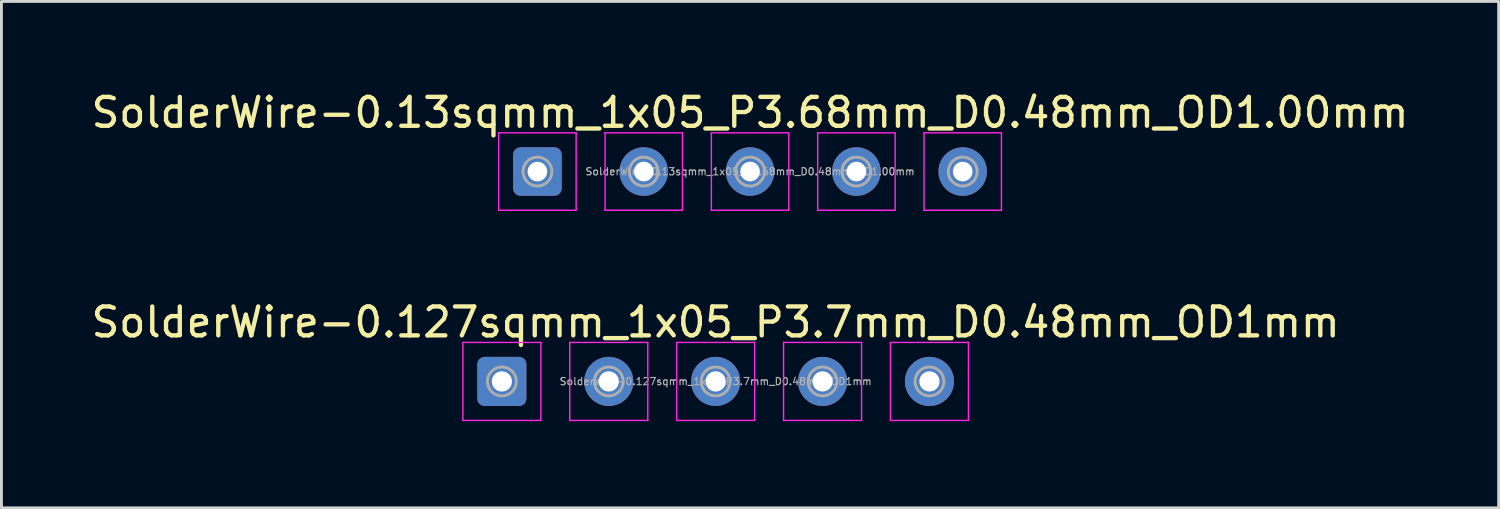
<source format=kicad_pcb>
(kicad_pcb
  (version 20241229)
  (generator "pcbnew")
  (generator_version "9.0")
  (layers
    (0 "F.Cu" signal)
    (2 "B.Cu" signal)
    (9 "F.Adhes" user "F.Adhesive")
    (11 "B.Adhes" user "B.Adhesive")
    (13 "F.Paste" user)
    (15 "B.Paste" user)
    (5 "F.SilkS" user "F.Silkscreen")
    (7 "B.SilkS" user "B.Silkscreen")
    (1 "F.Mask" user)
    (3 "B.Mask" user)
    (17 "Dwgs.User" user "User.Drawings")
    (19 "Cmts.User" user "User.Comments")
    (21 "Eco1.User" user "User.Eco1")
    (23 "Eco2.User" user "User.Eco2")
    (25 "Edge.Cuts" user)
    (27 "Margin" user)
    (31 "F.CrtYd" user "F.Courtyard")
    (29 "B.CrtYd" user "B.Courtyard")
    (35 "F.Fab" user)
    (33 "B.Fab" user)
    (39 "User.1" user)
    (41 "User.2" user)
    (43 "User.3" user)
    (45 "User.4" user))
  (footprint "SolderWire-0.127sqmm_1x05_P3.7mm_D0.48mm_OD1mm"
    (layer "F.Cu")
    (at 14.32 10.152)
    (property "Reference" "SolderWire-0.127sqmm_1x05_P3.7mm_D0.48mm_OD1mm" (at 7.4 -2.05 0) (layer "F.SilkS") (effects (font (size 1 1) (thickness 0.15))))
    (attr exclude_from_pos_files exclude_from_bom)
    (fp_line (start -1.35 -1.35) (end -1.35 1.35) (stroke (width 0.05) (type solid)) (layer "F.CrtYd"))
    (fp_line (start -1.35 1.35) (end 1.35 1.35) (stroke (width 0.05) (type solid)) (layer "F.CrtYd"))
    (fp_line (start 1.35 -1.35) (end -1.35 -1.35) (stroke (width 0.05) (type solid)) (layer "F.CrtYd"))
    (fp_line (start 1.35 1.35) (end 1.35 -1.35) (stroke (width 0.05) (type solid)) (layer "F.CrtYd"))
    (fp_line (start 2.35 -1.35) (end 2.35 1.35) (stroke (width 0.05) (type solid)) (layer "F.CrtYd"))
    (fp_line (start 2.35 1.35) (end 5.05 1.35) (stroke (width 0.05) (type solid)) (layer "F.CrtYd"))
    (fp_line (start 5.05 -1.35) (end 2.35 -1.35) (stroke (width 0.05) (type solid)) (layer "F.CrtYd"))
    (fp_line (start 5.05 1.35) (end 5.05 -1.35) (stroke (width 0.05) (type solid)) (layer "F.CrtYd"))
    (fp_line (start 6.05 -1.35) (end 6.05 1.35) (stroke (width 0.05) (type solid)) (layer "F.CrtYd"))
    (fp_line (start 6.05 1.35) (end 8.75 1.35) (stroke (width 0.05) (type solid)) (layer "F.CrtYd"))
    (fp_line (start 8.75 -1.35) (end 6.05 -1.35) (stroke (width 0.05) (type solid)) (layer "F.CrtYd"))
    (fp_line (start 8.75 1.35) (end 8.75 -1.35) (stroke (width 0.05) (type solid)) (layer "F.CrtYd"))
    (fp_line (start 9.75 -1.35) (end 9.75 1.35) (stroke (width 0.05) (type solid)) (layer "F.CrtYd"))
    (fp_line (start 9.75 1.35) (end 12.45 1.35) (stroke (width 0.05) (type solid)) (layer "F.CrtYd"))
    (fp_line (start 12.45 -1.35) (end 9.75 -1.35) (stroke (width 0.05) (type solid)) (layer "F.CrtYd"))
    (fp_line (start 12.45 1.35) (end 12.45 -1.35) (stroke (width 0.05) (type solid)) (layer "F.CrtYd"))
    (fp_line (start 13.45 -1.35) (end 13.45 1.35) (stroke (width 0.05) (type solid)) (layer "F.CrtYd"))
    (fp_line (start 13.45 1.35) (end 16.15 1.35) (stroke (width 0.05) (type solid)) (layer "F.CrtYd"))
    (fp_line (start 16.15 -1.35) (end 13.45 -1.35) (stroke (width 0.05) (type solid)) (layer "F.CrtYd"))
    (fp_line (start 16.15 1.35) (end 16.15 -1.35) (stroke (width 0.05) (type solid)) (layer "F.CrtYd"))
    (fp_circle (center 0 0) (end 0.5 0) (stroke (width 0.1) (type solid)) (fill no) (layer "F.Fab"))
    (fp_circle (center 3.7 0) (end 4.2 0) (stroke (width 0.1) (type solid)) (fill no) (layer "F.Fab"))
    (fp_circle (center 7.4 0) (end 7.9 0) (stroke (width 0.1) (type solid)) (fill no) (layer "F.Fab"))
    (fp_circle (center 11.1 0) (end 11.6 0) (stroke (width 0.1) (type solid)) (fill no) (layer "F.Fab"))
    (fp_circle (center 14.8 0) (end 15.3 0) (stroke (width 0.1) (type solid)) (fill no) (layer "F.Fab"))
    (fp_text user "${REFERENCE}" (at 7.4 0 0) (layer "F.Fab") (effects (font (size 0.25 0.25) (thickness 0.04))))
    (pad "1" thru_hole roundrect (at 0 0) (size 1.7 1.7) (drill 0.7) (layers "*.Cu" "*.Mask") (roundrect_rratio 0.147))
    (pad "2" thru_hole circle (at 3.7 0) (size 1.7 1.7) (drill 0.7) (layers "*.Cu" "*.Mask"))
    (pad "3" thru_hole circle (at 7.4 0) (size 1.7 1.7) (drill 0.7) (layers "*.Cu" "*.Mask"))
    (pad "4" thru_hole circle (at 11.1 0) (size 1.7 1.7) (drill 0.7) (layers "*.Cu" "*.Mask"))
    (pad "5" thru_hole circle (at 14.8 0) (size 1.7 1.7) (drill 0.7) (layers "*.Cu" "*.Mask")))
  (footprint "SolderWire-0.13sqmm_1x05_P3.68mm_D0.48mm_OD1.00mm"
    (layer "F.Cu")
    (at 15.551 2.888)
    (property "Reference" "SolderWire-0.13sqmm_1x05_P3.68mm_D0.48mm_OD1.00mm" (at 7.36 -2.04 0) (layer "F.SilkS") (effects (font (size 1 1) (thickness 0.15))))
    (attr exclude_from_pos_files exclude_from_bom)
    (fp_line (start -1.34 -1.34) (end -1.34 1.34) (stroke (width 0.05) (type solid)) (layer "F.CrtYd"))
    (fp_line (start -1.34 1.34) (end 1.34 1.34) (stroke (width 0.05) (type solid)) (layer "F.CrtYd"))
    (fp_line (start 1.34 -1.34) (end -1.34 -1.34) (stroke (width 0.05) (type solid)) (layer "F.CrtYd"))
    (fp_line (start 1.34 1.34) (end 1.34 -1.34) (stroke (width 0.05) (type solid)) (layer "F.CrtYd"))
    (fp_line (start 2.34 -1.34) (end 2.34 1.34) (stroke (width 0.05) (type solid)) (layer "F.CrtYd"))
    (fp_line (start 2.34 1.34) (end 5.02 1.34) (stroke (width 0.05) (type solid)) (layer "F.CrtYd"))
    (fp_line (start 5.02 -1.34) (end 2.34 -1.34) (stroke (width 0.05) (type solid)) (layer "F.CrtYd"))
    (fp_line (start 5.02 1.34) (end 5.02 -1.34) (stroke (width 0.05) (type solid)) (layer "F.CrtYd"))
    (fp_line (start 6.02 -1.34) (end 6.02 1.34) (stroke (width 0.05) (type solid)) (layer "F.CrtYd"))
    (fp_line (start 6.02 1.34) (end 8.7 1.34) (stroke (width 0.05) (type solid)) (layer "F.CrtYd"))
    (fp_line (start 8.7 -1.34) (end 6.02 -1.34) (stroke (width 0.05) (type solid)) (layer "F.CrtYd"))
    (fp_line (start 8.7 1.34) (end 8.7 -1.34) (stroke (width 0.05) (type solid)) (layer "F.CrtYd"))
    (fp_line (start 9.7 -1.34) (end 9.7 1.34) (stroke (width 0.05) (type solid)) (layer "F.CrtYd"))
    (fp_line (start 9.7 1.34) (end 12.38 1.34) (stroke (width 0.05) (type solid)) (layer "F.CrtYd"))
    (fp_line (start 12.38 -1.34) (end 9.7 -1.34) (stroke (width 0.05) (type solid)) (layer "F.CrtYd"))
    (fp_line (start 12.38 1.34) (end 12.38 -1.34) (stroke (width 0.05) (type solid)) (layer "F.CrtYd"))
    (fp_line (start 13.38 -1.34) (end 13.38 1.34) (stroke (width 0.05) (type solid)) (layer "F.CrtYd"))
    (fp_line (start 13.38 1.34) (end 16.06 1.34) (stroke (width 0.05) (type solid)) (layer "F.CrtYd"))
    (fp_line (start 16.06 -1.34) (end 13.38 -1.34) (stroke (width 0.05) (type solid)) (layer "F.CrtYd"))
    (fp_line (start 16.06 1.34) (end 16.06 -1.34) (stroke (width 0.05) (type solid)) (layer "F.CrtYd"))
    (fp_circle (center 0 0) (end 0.5 0) (stroke (width 0.1) (type solid)) (fill no) (layer "F.Fab"))
    (fp_circle (center 3.68 0) (end 4.18 0) (stroke (width 0.1) (type solid)) (fill no) (layer "F.Fab"))
    (fp_circle (center 7.36 0) (end 7.86 0) (stroke (width 0.1) (type solid)) (fill no) (layer "F.Fab"))
    (fp_circle (center 11.04 0) (end 11.54 0) (stroke (width 0.1) (type solid)) (fill no) (layer "F.Fab"))
    (fp_circle (center 14.72 0) (end 15.22 0) (stroke (width 0.1) (type solid)) (fill no) (layer "F.Fab"))
    (fp_text user "${REFERENCE}" (at 7.36 0 0) (layer "F.Fab") (effects (font (size 0.25 0.25) (thickness 0.04))))
    (pad "1" thru_hole roundrect (at 0 0) (size 1.68 1.68) (drill 0.68) (layers "*.Cu" "*.Mask") (roundrect_rratio 0.149))
    (pad "2" thru_hole circle (at 3.68 0) (size 1.68 1.68) (drill 0.68) (layers "*.Cu" "*.Mask"))
    (pad "3" thru_hole circle (at 7.36 0) (size 1.68 1.68) (drill 0.68) (layers "*.Cu" "*.Mask"))
    (pad "4" thru_hole circle (at 11.04 0) (size 1.68 1.68) (drill 0.68) (layers "*.Cu" "*.Mask"))
    (pad "5" thru_hole circle (at 14.72 0) (size 1.68 1.68) (drill 0.68) (layers "*.Cu" "*.Mask")))
  (gr_rect
    (start -3 -3)
    (end 48.821 14.527)
    (stroke (width 0.1) (type default))
    (fill no)
    (layer "Edge.Cuts")))
</source>
